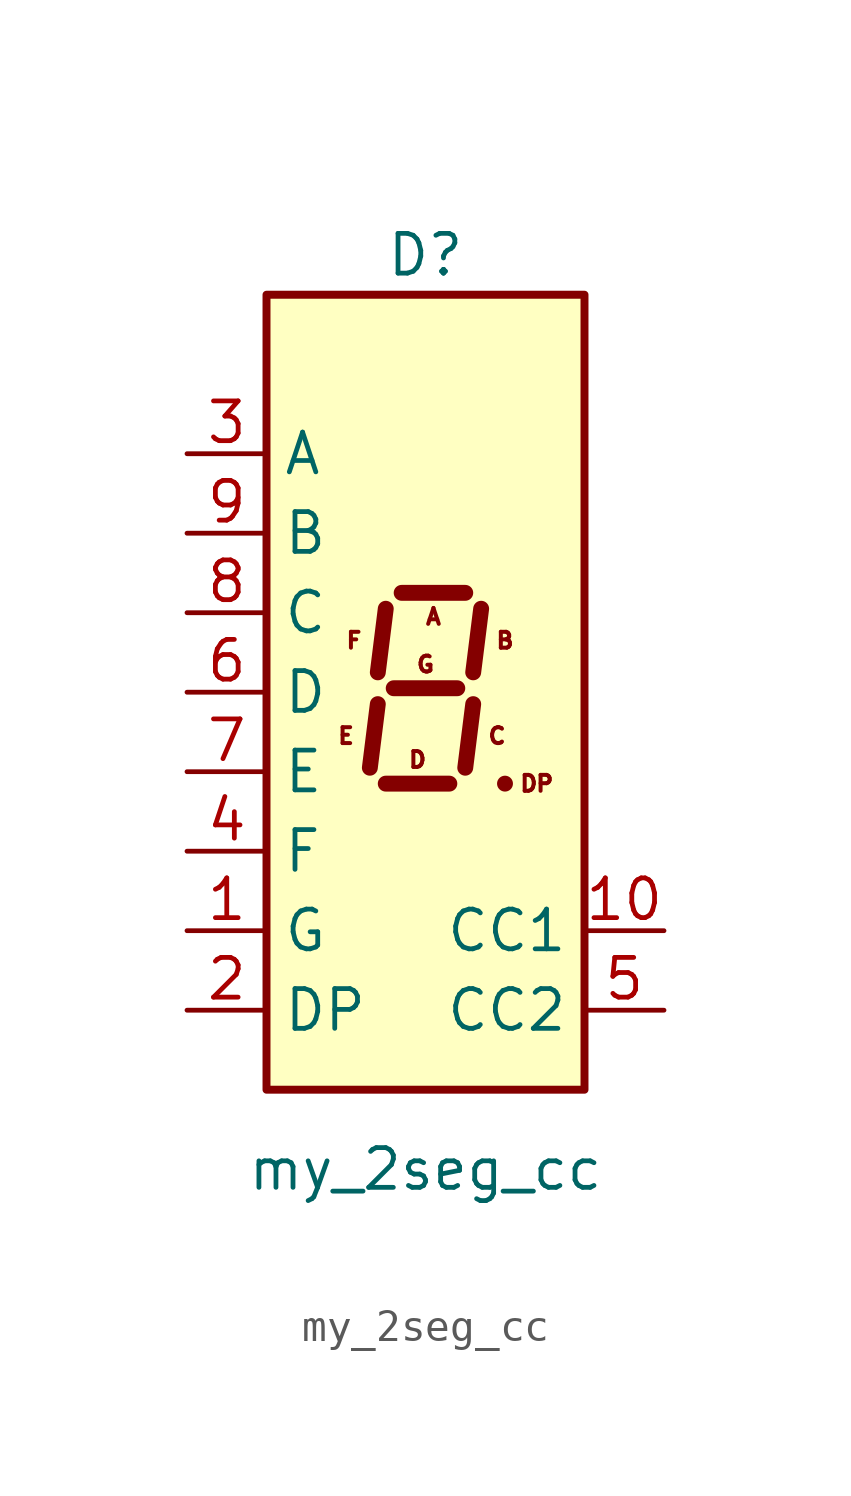
<source format=kicad_sym>
(kicad_symbol_lib
  (version 20211014)
  (generator kicad_symbol_editor)
  (symbol "my_2seg_cc"
    (property "Reference" "D"
      (at 0 13.97 0)
      (effects (font (size 1.27 1.27))))
    (property "Value" "my_2seg_cc"
      (at 0 -15.24 0)
      (effects (font (size 1.27 1.27))))
    (symbol "my_2seg_cc_1_0"
      (text "A" (at 0.254 2.413 0) (effects (font (size 0.508 0.508))))
      (text "B" (at 2.54 1.651 0) (effects (font (size 0.508 0.508))))
      (text "C" (at 2.286 -1.397 0) (effects (font (size 0.508 0.508))))
      (text "D" (at -0.254 -2.159 0) (effects (font (size 0.508 0.508))))
      (text "DP" (at 3.556 -2.921 0) (effects (font (size 0.508 0.508))))
      (text "E" (at -2.54 -1.397 0) (effects (font (size 0.508 0.508))))
      (text "F" (at -2.286 1.651 0) (effects (font (size 0.508 0.508))))
      (text "G" (at 0 0.889 0) (effects (font (size 0.508 0.508)))))
    (symbol "my_2seg_cc_1_1"
      (rectangle (start -5.08 12.7) (end 5.08 -12.7) (stroke (width 0.254) (type default) (color 0 0 0 0)) (fill (type background)))
      (polyline (pts (xy -1.524 -0.381) (xy -1.778 -2.413)) (stroke (width 0.508) (type default) (color 0 0 0 0)) (fill (type none)))
      (polyline (pts (xy -1.27 -2.921) (xy 0.762 -2.921)) (stroke (width 0.508) (type default) (color 0 0 0 0)) (fill (type none)))
      (polyline (pts (xy -1.27 2.667) (xy -1.524 0.635)) (stroke (width 0.508) (type default) (color 0 0 0 0)) (fill (type none)))
      (polyline (pts (xy -1.016 0.127) (xy 1.016 0.127)) (stroke (width 0.508) (type default) (color 0 0 0 0)) (fill (type none)))
      (polyline (pts (xy -0.762 3.175) (xy 1.27 3.175)) (stroke (width 0.508) (type default) (color 0 0 0 0)) (fill (type none)))
      (polyline (pts (xy 1.524 -0.381) (xy 1.27 -2.413)) (stroke (width 0.508) (type default) (color 0 0 0 0)) (fill (type none)))
      (polyline (pts (xy 1.778 2.667) (xy 1.524 0.635)) (stroke (width 0.508) (type default) (color 0 0 0 0)) (fill (type none)))
      (polyline (pts (xy 2.54 -2.921) (xy 2.54 -2.921)) (stroke (width 0.508) (type default) (color 0 0 0 0)) (fill (type none)))
      (pin input line (at -7.62 -7.62 0) (length 2.54) (name "G" (effects (font (size 1.27 1.27)))) (number "1" (effects (font (size 1.27 1.27)))))
      (pin input line (at 7.62 -7.62 180) (length 2.54) (name "CC1" (effects (font (size 1.27 1.27)))) (number "10" (effects (font (size 1.27 1.27)))))
      (pin input line (at -7.62 -10.16 0) (length 2.54) (name "DP" (effects (font (size 1.27 1.27)))) (number "2" (effects (font (size 1.27 1.27)))))
      (pin input line (at -7.62 7.62 0) (length 2.54) (name "A" (effects (font (size 1.27 1.27)))) (number "3" (effects (font (size 1.27 1.27)))))
      (pin input line (at -7.62 -5.08 0) (length 2.54) (name "F" (effects (font (size 1.27 1.27)))) (number "4" (effects (font (size 1.27 1.27)))))
      (pin input line (at 7.62 -10.16 180) (length 2.54) (name "CC2" (effects (font (size 1.27 1.27)))) (number "5" (effects (font (size 1.27 1.27)))))
      (pin input line (at -7.62 0 0) (length 2.54) (name "D" (effects (font (size 1.27 1.27)))) (number "6" (effects (font (size 1.27 1.27)))))
      (pin input line (at -7.62 -2.54 0) (length 2.54) (name "E" (effects (font (size 1.27 1.27)))) (number "7" (effects (font (size 1.27 1.27)))))
      (pin input line (at -7.62 2.54 0) (length 2.54) (name "C" (effects (font (size 1.27 1.27)))) (number "8" (effects (font (size 1.27 1.27)))))
      (pin input line (at -7.62 5.08 0) (length 2.54) (name "B" (effects (font (size 1.27 1.27)))) (number "9" (effects (font (size 1.27 1.27))))))))
</source>
